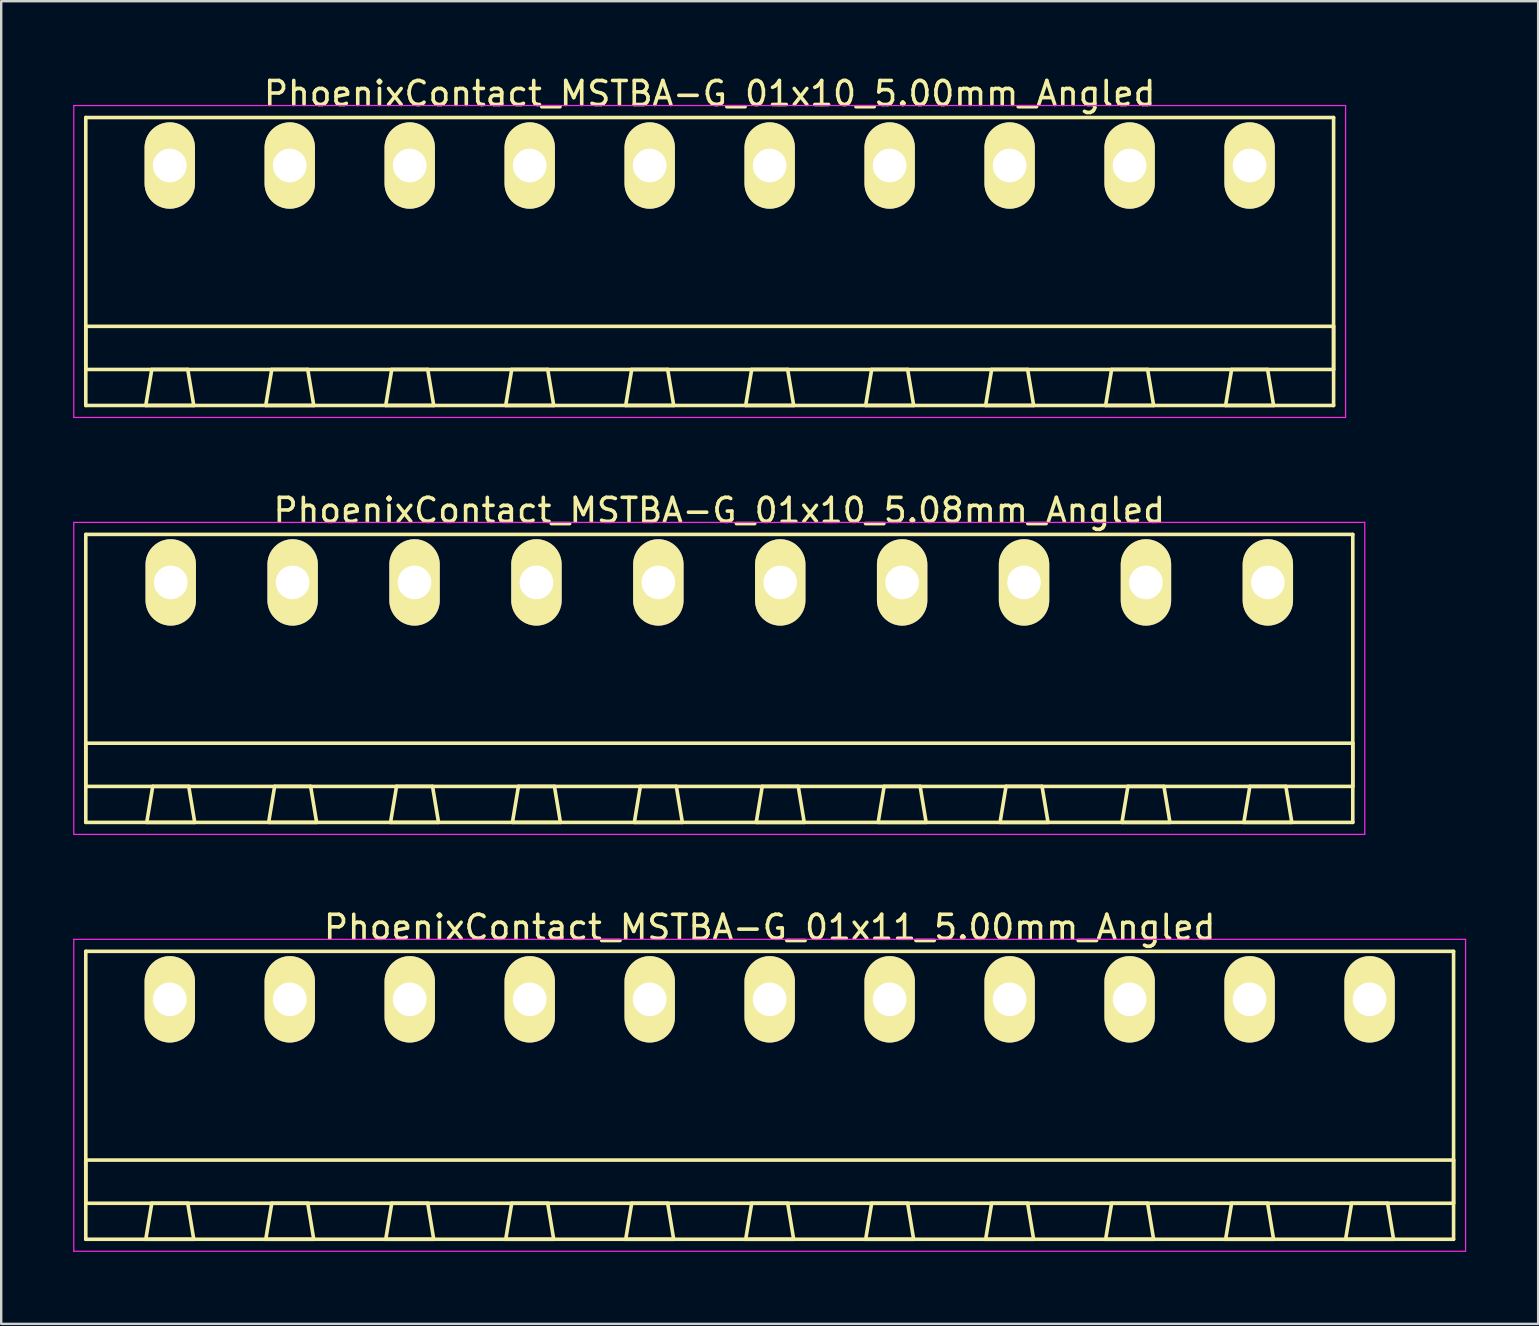
<source format=kicad_pcb>
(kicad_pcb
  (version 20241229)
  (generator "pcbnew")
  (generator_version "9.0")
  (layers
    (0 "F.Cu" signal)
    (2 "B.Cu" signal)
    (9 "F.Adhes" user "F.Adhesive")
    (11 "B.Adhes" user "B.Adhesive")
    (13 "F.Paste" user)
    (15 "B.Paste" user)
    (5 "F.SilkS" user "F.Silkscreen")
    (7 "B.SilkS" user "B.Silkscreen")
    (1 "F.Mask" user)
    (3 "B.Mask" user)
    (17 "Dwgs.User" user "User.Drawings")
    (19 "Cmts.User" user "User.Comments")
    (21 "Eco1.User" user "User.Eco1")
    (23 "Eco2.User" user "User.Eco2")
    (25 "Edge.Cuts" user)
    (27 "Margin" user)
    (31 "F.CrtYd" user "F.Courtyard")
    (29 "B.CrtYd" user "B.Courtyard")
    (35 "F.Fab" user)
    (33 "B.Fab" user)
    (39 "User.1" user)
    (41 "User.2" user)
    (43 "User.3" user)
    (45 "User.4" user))
  (footprint "PhoenixContact_MSTBA-G_01x10_5.00mm_Angled"
    (layer "F.Cu")
    (at 4.025 3.848)
    (property "Reference" "PhoenixContact_MSTBA-G_01x10_5.00mm_Angled" (at 22.5 -3 0) (layer "F.SilkS") (effects (font (size 1 1) (thickness 0.15))))
    (attr through_hole)
    (fp_line (start -3.5 -2) (end -3.5 10) (stroke (width 0.15) (type solid)) (layer "F.SilkS"))
    (fp_line (start -3.5 6.7) (end 48.5 6.7) (stroke (width 0.15) (type solid)) (layer "F.SilkS"))
    (fp_line (start -3.5 8.5) (end -3.5 6.7) (stroke (width 0.15) (type solid)) (layer "F.SilkS"))
    (fp_line (start -3.5 10) (end 48.5 10) (stroke (width 0.15) (type solid)) (layer "F.SilkS"))
    (fp_line (start -1 10) (end 1 10) (stroke (width 0.15) (type solid)) (layer "F.SilkS"))
    (fp_line (start -0.75 8.5) (end -1 10) (stroke (width 0.15) (type solid)) (layer "F.SilkS"))
    (fp_line (start 0.75 8.5) (end -0.75 8.5) (stroke (width 0.15) (type solid)) (layer "F.SilkS"))
    (fp_line (start 1 10) (end 0.75 8.5) (stroke (width 0.15) (type solid)) (layer "F.SilkS"))
    (fp_line (start 4 10) (end 6 10) (stroke (width 0.15) (type solid)) (layer "F.SilkS"))
    (fp_line (start 4.25 8.5) (end 4 10) (stroke (width 0.15) (type solid)) (layer "F.SilkS"))
    (fp_line (start 5.75 8.5) (end 4.25 8.5) (stroke (width 0.15) (type solid)) (layer "F.SilkS"))
    (fp_line (start 6 10) (end 5.75 8.5) (stroke (width 0.15) (type solid)) (layer "F.SilkS"))
    (fp_line (start 9 10) (end 11 10) (stroke (width 0.15) (type solid)) (layer "F.SilkS"))
    (fp_line (start 9.25 8.5) (end 9 10) (stroke (width 0.15) (type solid)) (layer "F.SilkS"))
    (fp_line (start 10.75 8.5) (end 9.25 8.5) (stroke (width 0.15) (type solid)) (layer "F.SilkS"))
    (fp_line (start 11 10) (end 10.75 8.5) (stroke (width 0.15) (type solid)) (layer "F.SilkS"))
    (fp_line (start 14 10) (end 16 10) (stroke (width 0.15) (type solid)) (layer "F.SilkS"))
    (fp_line (start 14.25 8.5) (end 14 10) (stroke (width 0.15) (type solid)) (layer "F.SilkS"))
    (fp_line (start 15.75 8.5) (end 14.25 8.5) (stroke (width 0.15) (type solid)) (layer "F.SilkS"))
    (fp_line (start 16 10) (end 15.75 8.5) (stroke (width 0.15) (type solid)) (layer "F.SilkS"))
    (fp_line (start 19 10) (end 21 10) (stroke (width 0.15) (type solid)) (layer "F.SilkS"))
    (fp_line (start 19.25 8.5) (end 19 10) (stroke (width 0.15) (type solid)) (layer "F.SilkS"))
    (fp_line (start 20.75 8.5) (end 19.25 8.5) (stroke (width 0.15) (type solid)) (layer "F.SilkS"))
    (fp_line (start 21 10) (end 20.75 8.5) (stroke (width 0.15) (type solid)) (layer "F.SilkS"))
    (fp_line (start 24 10) (end 26 10) (stroke (width 0.15) (type solid)) (layer "F.SilkS"))
    (fp_line (start 24.25 8.5) (end 24 10) (stroke (width 0.15) (type solid)) (layer "F.SilkS"))
    (fp_line (start 25.75 8.5) (end 24.25 8.5) (stroke (width 0.15) (type solid)) (layer "F.SilkS"))
    (fp_line (start 26 10) (end 25.75 8.5) (stroke (width 0.15) (type solid)) (layer "F.SilkS"))
    (fp_line (start 29 10) (end 31 10) (stroke (width 0.15) (type solid)) (layer "F.SilkS"))
    (fp_line (start 29.25 8.5) (end 29 10) (stroke (width 0.15) (type solid)) (layer "F.SilkS"))
    (fp_line (start 30.75 8.5) (end 29.25 8.5) (stroke (width 0.15) (type solid)) (layer "F.SilkS"))
    (fp_line (start 31 10) (end 30.75 8.5) (stroke (width 0.15) (type solid)) (layer "F.SilkS"))
    (fp_line (start 34 10) (end 36 10) (stroke (width 0.15) (type solid)) (layer "F.SilkS"))
    (fp_line (start 34.25 8.5) (end 34 10) (stroke (width 0.15) (type solid)) (layer "F.SilkS"))
    (fp_line (start 35.75 8.5) (end 34.25 8.5) (stroke (width 0.15) (type solid)) (layer "F.SilkS"))
    (fp_line (start 36 10) (end 35.75 8.5) (stroke (width 0.15) (type solid)) (layer "F.SilkS"))
    (fp_line (start 39 10) (end 41 10) (stroke (width 0.15) (type solid)) (layer "F.SilkS"))
    (fp_line (start 39.25 8.5) (end 39 10) (stroke (width 0.15) (type solid)) (layer "F.SilkS"))
    (fp_line (start 40.75 8.5) (end 39.25 8.5) (stroke (width 0.15) (type solid)) (layer "F.SilkS"))
    (fp_line (start 41 10) (end 40.75 8.5) (stroke (width 0.15) (type solid)) (layer "F.SilkS"))
    (fp_line (start 44 10) (end 46 10) (stroke (width 0.15) (type solid)) (layer "F.SilkS"))
    (fp_line (start 44.25 8.5) (end 44 10) (stroke (width 0.15) (type solid)) (layer "F.SilkS"))
    (fp_line (start 45.75 8.5) (end 44.25 8.5) (stroke (width 0.15) (type solid)) (layer "F.SilkS"))
    (fp_line (start 46 10) (end 45.75 8.5) (stroke (width 0.15) (type solid)) (layer "F.SilkS"))
    (fp_line (start 48.5 -2) (end -3.5 -2) (stroke (width 0.15) (type solid)) (layer "F.SilkS"))
    (fp_line (start 48.5 6.7) (end 48.5 8.5) (stroke (width 0.15) (type solid)) (layer "F.SilkS"))
    (fp_line (start 48.5 8.5) (end -3.5 8.5) (stroke (width 0.15) (type solid)) (layer "F.SilkS"))
    (fp_line (start 48.5 10) (end 48.5 -2) (stroke (width 0.15) (type solid)) (layer "F.SilkS"))
    (fp_line (start -4 -2.5) (end -4 10.5) (stroke (width 0.05) (type solid)) (layer "F.CrtYd"))
    (fp_line (start -4 10.5) (end 49 10.5) (stroke (width 0.05) (type solid)) (layer "F.CrtYd"))
    (fp_line (start 49 -2.5) (end -4 -2.5) (stroke (width 0.05) (type solid)) (layer "F.CrtYd"))
    (fp_line (start 49 10.5) (end 49 -2.5) (stroke (width 0.05) (type solid)) (layer "F.CrtYd"))
    (pad "1" thru_hole oval (at 0 0) (size 2.1 3.6) (drill 1.4) (layers "*.Cu" "*.Mask" "F.SilkS"))
    (pad "2" thru_hole oval (at 5 0) (size 2.1 3.6) (drill 1.4) (layers "*.Cu" "*.Mask" "F.SilkS"))
    (pad "3" thru_hole oval (at 10 0) (size 2.1 3.6) (drill 1.4) (layers "*.Cu" "*.Mask" "F.SilkS"))
    (pad "4" thru_hole oval (at 15 0) (size 2.1 3.6) (drill 1.4) (layers "*.Cu" "*.Mask" "F.SilkS"))
    (pad "5" thru_hole oval (at 20 0) (size 2.1 3.6) (drill 1.4) (layers "*.Cu" "*.Mask" "F.SilkS"))
    (pad "6" thru_hole oval (at 25 0) (size 2.1 3.6) (drill 1.4) (layers "*.Cu" "*.Mask" "F.SilkS"))
    (pad "7" thru_hole oval (at 30 0) (size 2.1 3.6) (drill 1.4) (layers "*.Cu" "*.Mask" "F.SilkS"))
    (pad "8" thru_hole oval (at 35 0) (size 2.1 3.6) (drill 1.4) (layers "*.Cu" "*.Mask" "F.SilkS"))
    (pad "9" thru_hole oval (at 40 0) (size 2.1 3.6) (drill 1.4) (layers "*.Cu" "*.Mask" "F.SilkS"))
    (pad "10" thru_hole oval (at 45 0) (size 2.1 3.6) (drill 1.4) (layers "*.Cu" "*.Mask" "F.SilkS")))
  (footprint "PhoenixContact_MSTBA-G_01x11_5.00mm_Angled"
    (layer "F.Cu")
    (at 4.025 38.595)
    (property "Reference" "PhoenixContact_MSTBA-G_01x11_5.00mm_Angled" (at 25 -3 0) (layer "F.SilkS") (effects (font (size 1 1) (thickness 0.15))))
    (attr through_hole)
    (fp_line (start -3.5 -2) (end -3.5 10) (stroke (width 0.15) (type solid)) (layer "F.SilkS"))
    (fp_line (start -3.5 6.7) (end 53.5 6.7) (stroke (width 0.15) (type solid)) (layer "F.SilkS"))
    (fp_line (start -3.5 8.5) (end -3.5 6.7) (stroke (width 0.15) (type solid)) (layer "F.SilkS"))
    (fp_line (start -3.5 10) (end 53.5 10) (stroke (width 0.15) (type solid)) (layer "F.SilkS"))
    (fp_line (start -1 10) (end 1 10) (stroke (width 0.15) (type solid)) (layer "F.SilkS"))
    (fp_line (start -0.75 8.5) (end -1 10) (stroke (width 0.15) (type solid)) (layer "F.SilkS"))
    (fp_line (start 0.75 8.5) (end -0.75 8.5) (stroke (width 0.15) (type solid)) (layer "F.SilkS"))
    (fp_line (start 1 10) (end 0.75 8.5) (stroke (width 0.15) (type solid)) (layer "F.SilkS"))
    (fp_line (start 4 10) (end 6 10) (stroke (width 0.15) (type solid)) (layer "F.SilkS"))
    (fp_line (start 4.25 8.5) (end 4 10) (stroke (width 0.15) (type solid)) (layer "F.SilkS"))
    (fp_line (start 5.75 8.5) (end 4.25 8.5) (stroke (width 0.15) (type solid)) (layer "F.SilkS"))
    (fp_line (start 6 10) (end 5.75 8.5) (stroke (width 0.15) (type solid)) (layer "F.SilkS"))
    (fp_line (start 9 10) (end 11 10) (stroke (width 0.15) (type solid)) (layer "F.SilkS"))
    (fp_line (start 9.25 8.5) (end 9 10) (stroke (width 0.15) (type solid)) (layer "F.SilkS"))
    (fp_line (start 10.75 8.5) (end 9.25 8.5) (stroke (width 0.15) (type solid)) (layer "F.SilkS"))
    (fp_line (start 11 10) (end 10.75 8.5) (stroke (width 0.15) (type solid)) (layer "F.SilkS"))
    (fp_line (start 14 10) (end 16 10) (stroke (width 0.15) (type solid)) (layer "F.SilkS"))
    (fp_line (start 14.25 8.5) (end 14 10) (stroke (width 0.15) (type solid)) (layer "F.SilkS"))
    (fp_line (start 15.75 8.5) (end 14.25 8.5) (stroke (width 0.15) (type solid)) (layer "F.SilkS"))
    (fp_line (start 16 10) (end 15.75 8.5) (stroke (width 0.15) (type solid)) (layer "F.SilkS"))
    (fp_line (start 19 10) (end 21 10) (stroke (width 0.15) (type solid)) (layer "F.SilkS"))
    (fp_line (start 19.25 8.5) (end 19 10) (stroke (width 0.15) (type solid)) (layer "F.SilkS"))
    (fp_line (start 20.75 8.5) (end 19.25 8.5) (stroke (width 0.15) (type solid)) (layer "F.SilkS"))
    (fp_line (start 21 10) (end 20.75 8.5) (stroke (width 0.15) (type solid)) (layer "F.SilkS"))
    (fp_line (start 24 10) (end 26 10) (stroke (width 0.15) (type solid)) (layer "F.SilkS"))
    (fp_line (start 24.25 8.5) (end 24 10) (stroke (width 0.15) (type solid)) (layer "F.SilkS"))
    (fp_line (start 25.75 8.5) (end 24.25 8.5) (stroke (width 0.15) (type solid)) (layer "F.SilkS"))
    (fp_line (start 26 10) (end 25.75 8.5) (stroke (width 0.15) (type solid)) (layer "F.SilkS"))
    (fp_line (start 29 10) (end 31 10) (stroke (width 0.15) (type solid)) (layer "F.SilkS"))
    (fp_line (start 29.25 8.5) (end 29 10) (stroke (width 0.15) (type solid)) (layer "F.SilkS"))
    (fp_line (start 30.75 8.5) (end 29.25 8.5) (stroke (width 0.15) (type solid)) (layer "F.SilkS"))
    (fp_line (start 31 10) (end 30.75 8.5) (stroke (width 0.15) (type solid)) (layer "F.SilkS"))
    (fp_line (start 34 10) (end 36 10) (stroke (width 0.15) (type solid)) (layer "F.SilkS"))
    (fp_line (start 34.25 8.5) (end 34 10) (stroke (width 0.15) (type solid)) (layer "F.SilkS"))
    (fp_line (start 35.75 8.5) (end 34.25 8.5) (stroke (width 0.15) (type solid)) (layer "F.SilkS"))
    (fp_line (start 36 10) (end 35.75 8.5) (stroke (width 0.15) (type solid)) (layer "F.SilkS"))
    (fp_line (start 39 10) (end 41 10) (stroke (width 0.15) (type solid)) (layer "F.SilkS"))
    (fp_line (start 39.25 8.5) (end 39 10) (stroke (width 0.15) (type solid)) (layer "F.SilkS"))
    (fp_line (start 40.75 8.5) (end 39.25 8.5) (stroke (width 0.15) (type solid)) (layer "F.SilkS"))
    (fp_line (start 41 10) (end 40.75 8.5) (stroke (width 0.15) (type solid)) (layer "F.SilkS"))
    (fp_line (start 44 10) (end 46 10) (stroke (width 0.15) (type solid)) (layer "F.SilkS"))
    (fp_line (start 44.25 8.5) (end 44 10) (stroke (width 0.15) (type solid)) (layer "F.SilkS"))
    (fp_line (start 45.75 8.5) (end 44.25 8.5) (stroke (width 0.15) (type solid)) (layer "F.SilkS"))
    (fp_line (start 46 10) (end 45.75 8.5) (stroke (width 0.15) (type solid)) (layer "F.SilkS"))
    (fp_line (start 49 10) (end 51 10) (stroke (width 0.15) (type solid)) (layer "F.SilkS"))
    (fp_line (start 49.25 8.5) (end 49 10) (stroke (width 0.15) (type solid)) (layer "F.SilkS"))
    (fp_line (start 50.75 8.5) (end 49.25 8.5) (stroke (width 0.15) (type solid)) (layer "F.SilkS"))
    (fp_line (start 51 10) (end 50.75 8.5) (stroke (width 0.15) (type solid)) (layer "F.SilkS"))
    (fp_line (start 53.5 -2) (end -3.5 -2) (stroke (width 0.15) (type solid)) (layer "F.SilkS"))
    (fp_line (start 53.5 6.7) (end 53.5 8.5) (stroke (width 0.15) (type solid)) (layer "F.SilkS"))
    (fp_line (start 53.5 8.5) (end -3.5 8.5) (stroke (width 0.15) (type solid)) (layer "F.SilkS"))
    (fp_line (start 53.5 10) (end 53.5 -2) (stroke (width 0.15) (type solid)) (layer "F.SilkS"))
    (fp_line (start -4 -2.5) (end -4 10.5) (stroke (width 0.05) (type solid)) (layer "F.CrtYd"))
    (fp_line (start -4 10.5) (end 54 10.5) (stroke (width 0.05) (type solid)) (layer "F.CrtYd"))
    (fp_line (start 54 -2.5) (end -4 -2.5) (stroke (width 0.05) (type solid)) (layer "F.CrtYd"))
    (fp_line (start 54 10.5) (end 54 -2.5) (stroke (width 0.05) (type solid)) (layer "F.CrtYd"))
    (pad "1" thru_hole oval (at 0 0) (size 2.1 3.6) (drill 1.4) (layers "*.Cu" "*.Mask" "F.SilkS"))
    (pad "2" thru_hole oval (at 5 0) (size 2.1 3.6) (drill 1.4) (layers "*.Cu" "*.Mask" "F.SilkS"))
    (pad "3" thru_hole oval (at 10 0) (size 2.1 3.6) (drill 1.4) (layers "*.Cu" "*.Mask" "F.SilkS"))
    (pad "4" thru_hole oval (at 15 0) (size 2.1 3.6) (drill 1.4) (layers "*.Cu" "*.Mask" "F.SilkS"))
    (pad "5" thru_hole oval (at 20 0) (size 2.1 3.6) (drill 1.4) (layers "*.Cu" "*.Mask" "F.SilkS"))
    (pad "6" thru_hole oval (at 25 0) (size 2.1 3.6) (drill 1.4) (layers "*.Cu" "*.Mask" "F.SilkS"))
    (pad "7" thru_hole oval (at 30 0) (size 2.1 3.6) (drill 1.4) (layers "*.Cu" "*.Mask" "F.SilkS"))
    (pad "8" thru_hole oval (at 35 0) (size 2.1 3.6) (drill 1.4) (layers "*.Cu" "*.Mask" "F.SilkS"))
    (pad "9" thru_hole oval (at 40 0) (size 2.1 3.6) (drill 1.4) (layers "*.Cu" "*.Mask" "F.SilkS"))
    (pad "10" thru_hole oval (at 45 0) (size 2.1 3.6) (drill 1.4) (layers "*.Cu" "*.Mask" "F.SilkS"))
    (pad "11" thru_hole oval (at 50 0) (size 2.1 3.6) (drill 1.4) (layers "*.Cu" "*.Mask" "F.SilkS")))
  (footprint "PhoenixContact_MSTBA-G_01x10_5.08mm_Angled"
    (layer "F.Cu")
    (at 4.065 21.221)
    (property "Reference" "PhoenixContact_MSTBA-G_01x10_5.08mm_Angled" (at 22.86 -3 0) (layer "F.SilkS") (effects (font (size 1 1) (thickness 0.15))))
    (attr through_hole)
    (fp_line (start -3.54 -2) (end -3.54 10) (stroke (width 0.15) (type solid)) (layer "F.SilkS"))
    (fp_line (start -3.54 6.7) (end 49.26 6.7) (stroke (width 0.15) (type solid)) (layer "F.SilkS"))
    (fp_line (start -3.54 8.5) (end -3.54 6.7) (stroke (width 0.15) (type solid)) (layer "F.SilkS"))
    (fp_line (start -3.54 10) (end 49.26 10) (stroke (width 0.15) (type solid)) (layer "F.SilkS"))
    (fp_line (start -1 10) (end 1 10) (stroke (width 0.15) (type solid)) (layer "F.SilkS"))
    (fp_line (start -0.75 8.5) (end -1 10) (stroke (width 0.15) (type solid)) (layer "F.SilkS"))
    (fp_line (start 0.75 8.5) (end -0.75 8.5) (stroke (width 0.15) (type solid)) (layer "F.SilkS"))
    (fp_line (start 1 10) (end 0.75 8.5) (stroke (width 0.15) (type solid)) (layer "F.SilkS"))
    (fp_line (start 4.08 10) (end 6.08 10) (stroke (width 0.15) (type solid)) (layer "F.SilkS"))
    (fp_line (start 4.33 8.5) (end 4.08 10) (stroke (width 0.15) (type solid)) (layer "F.SilkS"))
    (fp_line (start 5.83 8.5) (end 4.33 8.5) (stroke (width 0.15) (type solid)) (layer "F.SilkS"))
    (fp_line (start 6.08 10) (end 5.83 8.5) (stroke (width 0.15) (type solid)) (layer "F.SilkS"))
    (fp_line (start 9.16 10) (end 11.16 10) (stroke (width 0.15) (type solid)) (layer "F.SilkS"))
    (fp_line (start 9.41 8.5) (end 9.16 10) (stroke (width 0.15) (type solid)) (layer "F.SilkS"))
    (fp_line (start 10.91 8.5) (end 9.41 8.5) (stroke (width 0.15) (type solid)) (layer "F.SilkS"))
    (fp_line (start 11.16 10) (end 10.91 8.5) (stroke (width 0.15) (type solid)) (layer "F.SilkS"))
    (fp_line (start 14.24 10) (end 16.24 10) (stroke (width 0.15) (type solid)) (layer "F.SilkS"))
    (fp_line (start 14.49 8.5) (end 14.24 10) (stroke (width 0.15) (type solid)) (layer "F.SilkS"))
    (fp_line (start 15.99 8.5) (end 14.49 8.5) (stroke (width 0.15) (type solid)) (layer "F.SilkS"))
    (fp_line (start 16.24 10) (end 15.99 8.5) (stroke (width 0.15) (type solid)) (layer "F.SilkS"))
    (fp_line (start 19.32 10) (end 21.32 10) (stroke (width 0.15) (type solid)) (layer "F.SilkS"))
    (fp_line (start 19.57 8.5) (end 19.32 10) (stroke (width 0.15) (type solid)) (layer "F.SilkS"))
    (fp_line (start 21.07 8.5) (end 19.57 8.5) (stroke (width 0.15) (type solid)) (layer "F.SilkS"))
    (fp_line (start 21.32 10) (end 21.07 8.5) (stroke (width 0.15) (type solid)) (layer "F.SilkS"))
    (fp_line (start 24.4 10) (end 26.4 10) (stroke (width 0.15) (type solid)) (layer "F.SilkS"))
    (fp_line (start 24.65 8.5) (end 24.4 10) (stroke (width 0.15) (type solid)) (layer "F.SilkS"))
    (fp_line (start 26.15 8.5) (end 24.65 8.5) (stroke (width 0.15) (type solid)) (layer "F.SilkS"))
    (fp_line (start 26.4 10) (end 26.15 8.5) (stroke (width 0.15) (type solid)) (layer "F.SilkS"))
    (fp_line (start 29.48 10) (end 31.48 10) (stroke (width 0.15) (type solid)) (layer "F.SilkS"))
    (fp_line (start 29.73 8.5) (end 29.48 10) (stroke (width 0.15) (type solid)) (layer "F.SilkS"))
    (fp_line (start 31.23 8.5) (end 29.73 8.5) (stroke (width 0.15) (type solid)) (layer "F.SilkS"))
    (fp_line (start 31.48 10) (end 31.23 8.5) (stroke (width 0.15) (type solid)) (layer "F.SilkS"))
    (fp_line (start 34.56 10) (end 36.56 10) (stroke (width 0.15) (type solid)) (layer "F.SilkS"))
    (fp_line (start 34.81 8.5) (end 34.56 10) (stroke (width 0.15) (type solid)) (layer "F.SilkS"))
    (fp_line (start 36.31 8.5) (end 34.81 8.5) (stroke (width 0.15) (type solid)) (layer "F.SilkS"))
    (fp_line (start 36.56 10) (end 36.31 8.5) (stroke (width 0.15) (type solid)) (layer "F.SilkS"))
    (fp_line (start 39.64 10) (end 41.64 10) (stroke (width 0.15) (type solid)) (layer "F.SilkS"))
    (fp_line (start 39.89 8.5) (end 39.64 10) (stroke (width 0.15) (type solid)) (layer "F.SilkS"))
    (fp_line (start 41.39 8.5) (end 39.89 8.5) (stroke (width 0.15) (type solid)) (layer "F.SilkS"))
    (fp_line (start 41.64 10) (end 41.39 8.5) (stroke (width 0.15) (type solid)) (layer "F.SilkS"))
    (fp_line (start 44.72 10) (end 46.72 10) (stroke (width 0.15) (type solid)) (layer "F.SilkS"))
    (fp_line (start 44.97 8.5) (end 44.72 10) (stroke (width 0.15) (type solid)) (layer "F.SilkS"))
    (fp_line (start 46.47 8.5) (end 44.97 8.5) (stroke (width 0.15) (type solid)) (layer "F.SilkS"))
    (fp_line (start 46.72 10) (end 46.47 8.5) (stroke (width 0.15) (type solid)) (layer "F.SilkS"))
    (fp_line (start 49.26 -2) (end -3.54 -2) (stroke (width 0.15) (type solid)) (layer "F.SilkS"))
    (fp_line (start 49.26 6.7) (end 49.26 8.5) (stroke (width 0.15) (type solid)) (layer "F.SilkS"))
    (fp_line (start 49.26 8.5) (end -3.54 8.5) (stroke (width 0.15) (type solid)) (layer "F.SilkS"))
    (fp_line (start 49.26 10) (end 49.26 -2) (stroke (width 0.15) (type solid)) (layer "F.SilkS"))
    (fp_line (start -4.04 -2.5) (end -4.04 10.5) (stroke (width 0.05) (type solid)) (layer "F.CrtYd"))
    (fp_line (start -4.04 10.5) (end 49.76 10.5) (stroke (width 0.05) (type solid)) (layer "F.CrtYd"))
    (fp_line (start 49.76 -2.5) (end -4.04 -2.5) (stroke (width 0.05) (type solid)) (layer "F.CrtYd"))
    (fp_line (start 49.76 10.5) (end 49.76 -2.5) (stroke (width 0.05) (type solid)) (layer "F.CrtYd"))
    (pad "1" thru_hole oval (at 0 0) (size 2.1 3.6) (drill 1.4) (layers "*.Cu" "*.Mask" "F.SilkS"))
    (pad "2" thru_hole oval (at 5.08 0) (size 2.1 3.6) (drill 1.4) (layers "*.Cu" "*.Mask" "F.SilkS"))
    (pad "3" thru_hole oval (at 10.16 0) (size 2.1 3.6) (drill 1.4) (layers "*.Cu" "*.Mask" "F.SilkS"))
    (pad "4" thru_hole oval (at 15.24 0) (size 2.1 3.6) (drill 1.4) (layers "*.Cu" "*.Mask" "F.SilkS"))
    (pad "5" thru_hole oval (at 20.32 0) (size 2.1 3.6) (drill 1.4) (layers "*.Cu" "*.Mask" "F.SilkS"))
    (pad "6" thru_hole oval (at 25.4 0) (size 2.1 3.6) (drill 1.4) (layers "*.Cu" "*.Mask" "F.SilkS"))
    (pad "7" thru_hole oval (at 30.48 0) (size 2.1 3.6) (drill 1.4) (layers "*.Cu" "*.Mask" "F.SilkS"))
    (pad "8" thru_hole oval (at 35.56 0) (size 2.1 3.6) (drill 1.4) (layers "*.Cu" "*.Mask" "F.SilkS"))
    (pad "9" thru_hole oval (at 40.64 0) (size 2.1 3.6) (drill 1.4) (layers "*.Cu" "*.Mask" "F.SilkS"))
    (pad "10" thru_hole oval (at 45.72 0) (size 2.1 3.6) (drill 1.4) (layers "*.Cu" "*.Mask" "F.SilkS")))
  (gr_rect
    (start -3 -3)
    (end 61.05 52.12)
    (stroke (width 0.1) (type default))
    (fill no)
    (layer "Edge.Cuts")))
</source>
